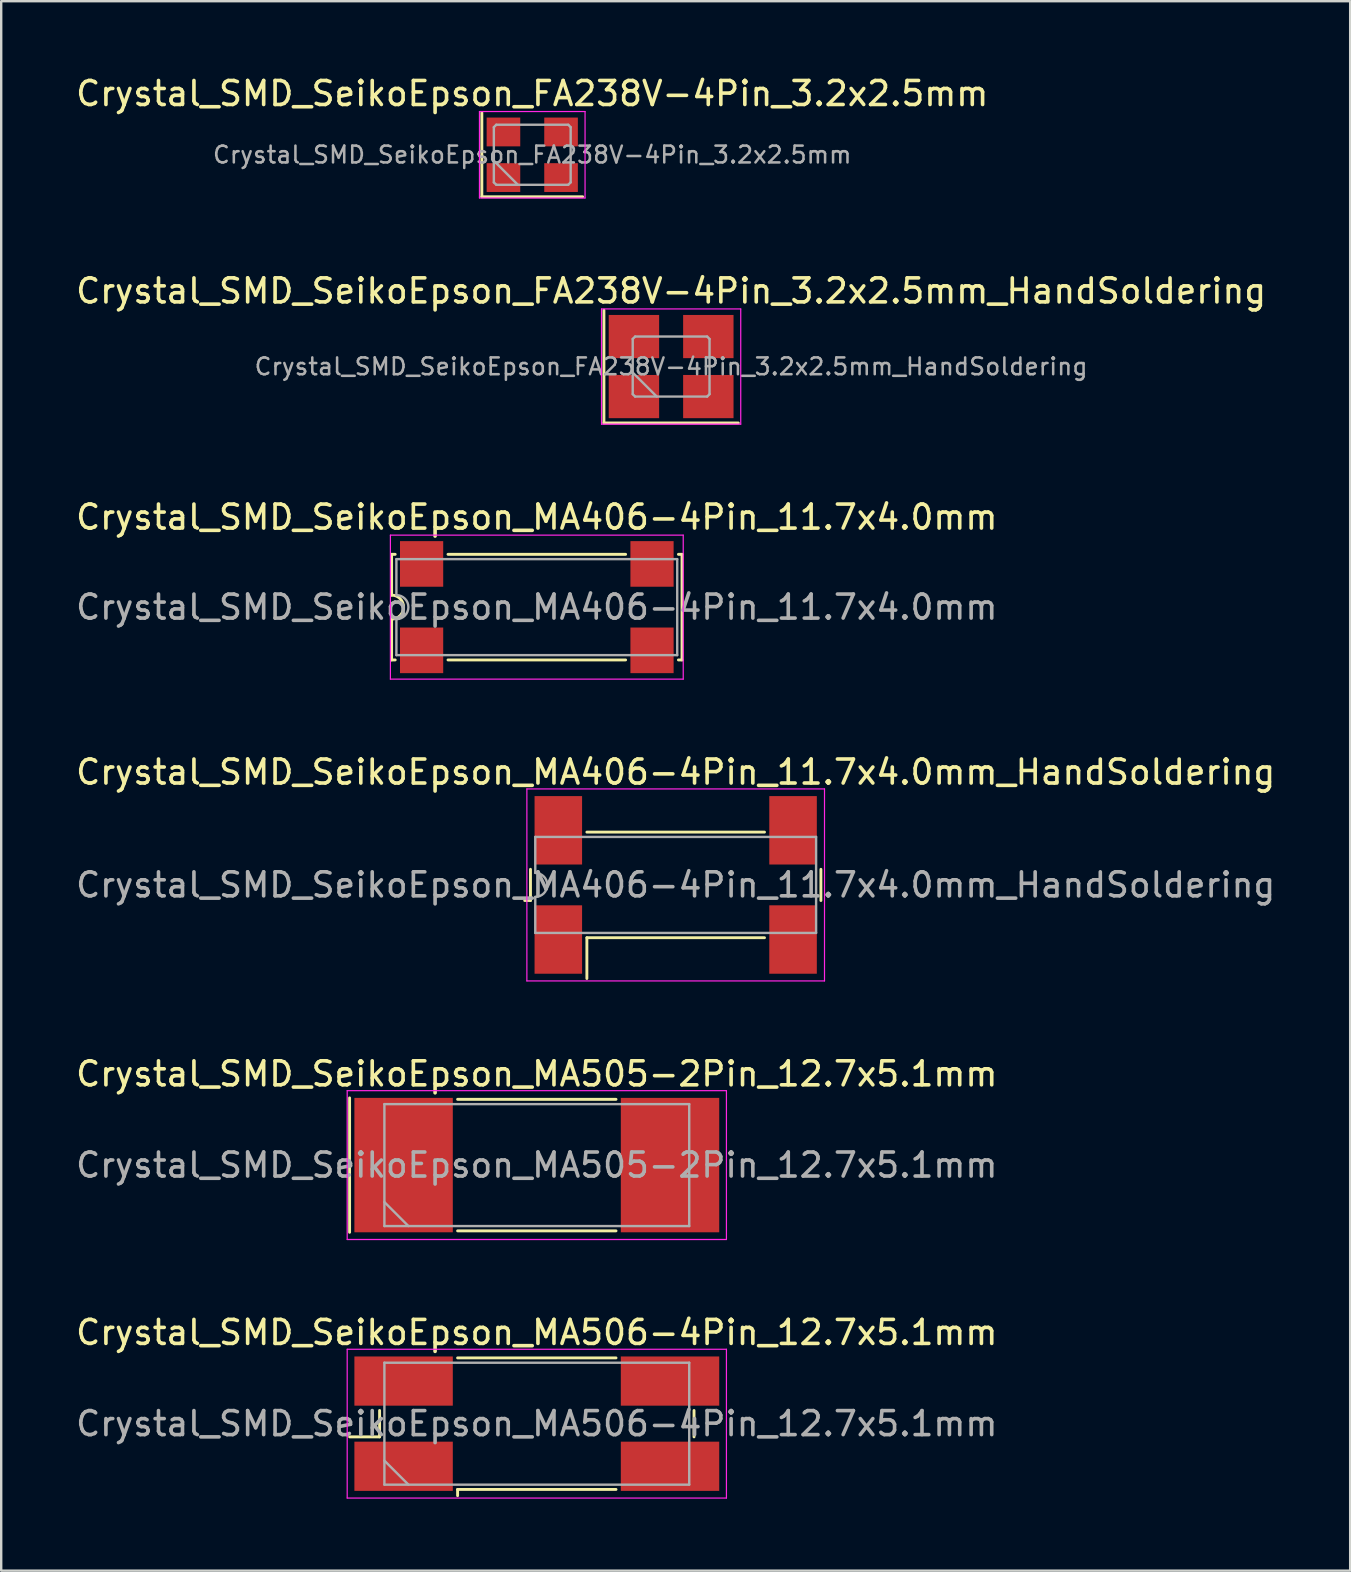
<source format=kicad_pcb>
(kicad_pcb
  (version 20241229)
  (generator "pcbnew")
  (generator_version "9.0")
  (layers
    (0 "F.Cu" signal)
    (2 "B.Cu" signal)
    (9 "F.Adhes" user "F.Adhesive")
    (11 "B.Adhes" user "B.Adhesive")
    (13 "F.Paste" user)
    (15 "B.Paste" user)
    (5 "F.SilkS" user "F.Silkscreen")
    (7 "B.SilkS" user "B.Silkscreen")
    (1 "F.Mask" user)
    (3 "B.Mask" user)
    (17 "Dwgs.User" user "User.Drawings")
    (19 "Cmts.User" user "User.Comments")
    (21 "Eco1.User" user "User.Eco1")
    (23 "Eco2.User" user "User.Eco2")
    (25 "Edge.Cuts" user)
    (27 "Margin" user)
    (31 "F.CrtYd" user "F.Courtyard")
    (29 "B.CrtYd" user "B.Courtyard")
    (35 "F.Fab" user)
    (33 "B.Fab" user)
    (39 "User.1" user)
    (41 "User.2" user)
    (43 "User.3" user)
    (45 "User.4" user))
  (footprint "Crystal_SMD_SeikoEpson_MA406-4Pin_11.7x4.0mm_HandSoldering"
    (layer "F.Cu")
    (at 25.101 33.818)
    (property "Reference" "Crystal_SMD_SeikoEpson_MA406-4Pin_11.7x4.0mm_HandSoldering" (at 0 -4.7 0) (layer "F.SilkS") (effects (font (size 1 1) (thickness 0.15))))
    (attr smd)
    (fp_line (start -6.29 0.65) (end -6.05 0.65) (stroke (width 0.12) (type solid)) (layer "F.SilkS"))
    (fp_line (start -6.05 0.65) (end -6.05 -0.65) (stroke (width 0.12) (type solid)) (layer "F.SilkS"))
    (fp_line (start -3.7 -2.2) (end 3.7 -2.2) (stroke (width 0.12) (type solid)) (layer "F.SilkS"))
    (fp_line (start -3.7 2.2) (end -3.7 3.9) (stroke (width 0.12) (type solid)) (layer "F.SilkS"))
    (fp_line (start 3.7 2.2) (end -3.7 2.2) (stroke (width 0.12) (type solid)) (layer "F.SilkS"))
    (fp_line (start 6.05 -0.65) (end 6.05 0.65) (stroke (width 0.12) (type solid)) (layer "F.SilkS"))
    (fp_line (start -6.2 -4) (end -6.2 4) (stroke (width 0.05) (type solid)) (layer "F.CrtYd"))
    (fp_line (start -6.2 4) (end 6.2 4) (stroke (width 0.05) (type solid)) (layer "F.CrtYd"))
    (fp_line (start 6.2 -4) (end -6.2 -4) (stroke (width 0.05) (type solid)) (layer "F.CrtYd"))
    (fp_line (start 6.2 4) (end 6.2 -4) (stroke (width 0.05) (type solid)) (layer "F.CrtYd"))
    (fp_line (start -5.85 -2) (end 5.85 -2) (stroke (width 0.1) (type solid)) (layer "F.Fab"))
    (fp_line (start -5.85 -0.5) (end -5.85 -2) (stroke (width 0.1) (type solid)) (layer "F.Fab"))
    (fp_line (start -5.85 2) (end -5.85 0.5) (stroke (width 0.1) (type solid)) (layer "F.Fab"))
    (fp_line (start 5.85 -2) (end 5.85 2) (stroke (width 0.1) (type solid)) (layer "F.Fab"))
    (fp_line (start 5.85 2) (end -5.85 2) (stroke (width 0.1) (type solid)) (layer "F.Fab"))
    (fp_arc (start -5.85 -0.5) (mid -5.35 0) (end -5.85 0.5) (stroke (width 0.1) (type solid)) (layer "F.Fab"))
    (fp_text user "${REFERENCE}" (at 0 0 0) (layer "F.Fab") (effects (font (size 1 1) (thickness 0.15))))
    (pad "1" smd rect (at -4.89 2.275) (size 1.98 2.85) (layers "F.Cu" "F.Mask" "F.Paste"))
    (pad "2" smd rect (at 4.89 2.275) (size 1.98 2.85) (layers "F.Cu" "F.Mask" "F.Paste"))
    (pad "3" smd rect (at 4.89 -2.275) (size 1.98 2.85) (layers "F.Cu" "F.Mask" "F.Paste"))
    (pad "4" smd rect (at -4.89 -2.275) (size 1.98 2.85) (layers "F.Cu" "F.Mask" "F.Paste")))
  (footprint "Crystal_SMD_SeikoEpson_MA506-4Pin_12.7x5.1mm"
    (layer "F.Cu")
    (at 19.315 56.264)
    (property "Reference" "Crystal_SMD_SeikoEpson_MA506-4Pin_12.7x5.1mm" (at 0 -3.8 0) (layer "F.SilkS") (effects (font (size 1 1) (thickness 0.15))))
    (attr smd)
    (fp_line (start -7.8 0.55) (end -6.55 0.55) (stroke (width 0.12) (type solid)) (layer "F.SilkS"))
    (fp_line (start -6.55 0.55) (end -6.55 -0.55) (stroke (width 0.12) (type solid)) (layer "F.SilkS"))
    (fp_line (start -3.3 -2.74) (end 3.3 -2.74) (stroke (width 0.12) (type solid)) (layer "F.SilkS"))
    (fp_line (start -3.3 2.74) (end -3.3 3) (stroke (width 0.12) (type solid)) (layer "F.SilkS"))
    (fp_line (start 3.3 2.74) (end -3.3 2.74) (stroke (width 0.12) (type solid)) (layer "F.SilkS"))
    (fp_line (start 6.55 -0.55) (end 6.55 0.55) (stroke (width 0.12) (type solid)) (layer "F.SilkS"))
    (fp_line (start -7.9 -3.1) (end -7.9 3.1) (stroke (width 0.05) (type solid)) (layer "F.CrtYd"))
    (fp_line (start -7.9 3.1) (end 7.9 3.1) (stroke (width 0.05) (type solid)) (layer "F.CrtYd"))
    (fp_line (start 7.9 -3.1) (end -7.9 -3.1) (stroke (width 0.05) (type solid)) (layer "F.CrtYd"))
    (fp_line (start 7.9 3.1) (end 7.9 -3.1) (stroke (width 0.05) (type solid)) (layer "F.CrtYd"))
    (fp_line (start -6.35 -2.54) (end -6.35 2.54) (stroke (width 0.1) (type solid)) (layer "F.Fab"))
    (fp_line (start -6.35 1.54) (end -5.35 2.54) (stroke (width 0.1) (type solid)) (layer "F.Fab"))
    (fp_line (start -6.35 2.54) (end 6.35 2.54) (stroke (width 0.1) (type solid)) (layer "F.Fab"))
    (fp_line (start 6.35 -2.54) (end -6.35 -2.54) (stroke (width 0.1) (type solid)) (layer "F.Fab"))
    (fp_line (start 6.35 2.54) (end 6.35 -2.54) (stroke (width 0.1) (type solid)) (layer "F.Fab"))
    (fp_text user "${REFERENCE}" (at 0 0 0) (layer "F.Fab") (effects (font (size 1 1) (thickness 0.15))))
    (pad "1" smd rect (at -5.55 1.775) (size 4.1 2.05) (layers "F.Cu" "F.Mask" "F.Paste"))
    (pad "2" smd rect (at 5.55 1.775) (size 4.1 2.05) (layers "F.Cu" "F.Mask" "F.Paste"))
    (pad "3" smd rect (at 5.55 -1.775) (size 4.1 2.05) (layers "F.Cu" "F.Mask" "F.Paste"))
    (pad "4" smd rect (at -5.55 -1.775) (size 4.1 2.05) (layers "F.Cu" "F.Mask" "F.Paste")))
  (footprint "Crystal_SMD_SeikoEpson_FA238V-4Pin_3.2x2.5mm_HandSoldering"
    (layer "F.Cu")
    (at 24.911 12.222)
    (property "Reference" "Crystal_SMD_SeikoEpson_FA238V-4Pin_3.2x2.5mm_HandSoldering" (at 0 -3.15 0) (layer "F.SilkS") (effects (font (size 1 1) (thickness 0.15))))
    (attr smd)
    (fp_line (start -2.8 -2.35) (end -2.8 2.35) (stroke (width 0.12) (type solid)) (layer "F.SilkS"))
    (fp_line (start -2.8 2.35) (end 2.8 2.35) (stroke (width 0.12) (type solid)) (layer "F.SilkS"))
    (fp_line (start -2.9 -2.4) (end -2.9 2.4) (stroke (width 0.05) (type solid)) (layer "F.CrtYd"))
    (fp_line (start -2.9 2.4) (end 2.9 2.4) (stroke (width 0.05) (type solid)) (layer "F.CrtYd"))
    (fp_line (start 2.9 -2.4) (end -2.9 -2.4) (stroke (width 0.05) (type solid)) (layer "F.CrtYd"))
    (fp_line (start 2.9 2.4) (end 2.9 -2.4) (stroke (width 0.05) (type solid)) (layer "F.CrtYd"))
    (fp_line (start -1.6 -1.15) (end -1.5 -1.25) (stroke (width 0.1) (type solid)) (layer "F.Fab"))
    (fp_line (start -1.6 0.25) (end -0.6 1.25) (stroke (width 0.1) (type solid)) (layer "F.Fab"))
    (fp_line (start -1.6 1.15) (end -1.6 -1.15) (stroke (width 0.1) (type solid)) (layer "F.Fab"))
    (fp_line (start -1.5 -1.25) (end 1.5 -1.25) (stroke (width 0.1) (type solid)) (layer "F.Fab"))
    (fp_line (start -1.5 1.25) (end -1.6 1.15) (stroke (width 0.1) (type solid)) (layer "F.Fab"))
    (fp_line (start 1.5 -1.25) (end 1.6 -1.15) (stroke (width 0.1) (type solid)) (layer "F.Fab"))
    (fp_line (start 1.5 1.25) (end -1.5 1.25) (stroke (width 0.1) (type solid)) (layer "F.Fab"))
    (fp_line (start 1.6 -1.15) (end 1.6 1.15) (stroke (width 0.1) (type solid)) (layer "F.Fab"))
    (fp_line (start 1.6 1.15) (end 1.5 1.25) (stroke (width 0.1) (type solid)) (layer "F.Fab"))
    (fp_text user "${REFERENCE}" (at 0 0 0) (layer "F.Fab") (effects (font (size 0.7 0.7) (thickness 0.105))))
    (pad "1" smd rect (at -1.55 1.25) (size 2.1 1.8) (layers "F.Cu" "F.Mask" "F.Paste"))
    (pad "2" smd rect (at 1.55 1.25) (size 2.1 1.8) (layers "F.Cu" "F.Mask" "F.Paste"))
    (pad "3" smd rect (at 1.55 -1.25) (size 2.1 1.8) (layers "F.Cu" "F.Mask" "F.Paste"))
    (pad "4" smd rect (at -1.55 -1.25) (size 2.1 1.8) (layers "F.Cu" "F.Mask" "F.Paste")))
  (footprint "Crystal_SMD_SeikoEpson_MA406-4Pin_11.7x4.0mm"
    (layer "F.Cu")
    (at 19.315 22.245)
    (property "Reference" "Crystal_SMD_SeikoEpson_MA406-4Pin_11.7x4.0mm" (at 0 -3.75 0) (layer "F.SilkS") (effects (font (size 1 1) (thickness 0.15))))
    (attr smd)
    (fp_line (start -6.05 -2.2) (end -5.9 -2.2) (stroke (width 0.12) (type solid)) (layer "F.SilkS"))
    (fp_line (start -6.05 -0.5) (end -6.05 -2.2) (stroke (width 0.12) (type solid)) (layer "F.SilkS"))
    (fp_line (start -6.05 2.2) (end -6.05 0.5) (stroke (width 0.12) (type solid)) (layer "F.SilkS"))
    (fp_line (start -6.05 2.2) (end -5.9 2.2) (stroke (width 0.12) (type solid)) (layer "F.SilkS"))
    (fp_line (start -3.7 -2.2) (end 3.7 -2.2) (stroke (width 0.12) (type solid)) (layer "F.SilkS"))
    (fp_line (start 3.7 2.2) (end -3.7 2.2) (stroke (width 0.12) (type solid)) (layer "F.SilkS"))
    (fp_line (start 5.9 -2.2) (end 6.05 -2.2) (stroke (width 0.12) (type solid)) (layer "F.SilkS"))
    (fp_line (start 6.05 -2.2) (end 6.05 2.2) (stroke (width 0.12) (type solid)) (layer "F.SilkS"))
    (fp_line (start 6.05 2.2) (end 5.9 2.2) (stroke (width 0.12) (type solid)) (layer "F.SilkS"))
    (fp_arc (start -6.05 -0.5) (mid -5.55 0) (end -6.05 0.5) (stroke (width 0.12) (type solid)) (layer "F.SilkS"))
    (fp_line (start -6.1 -3) (end -6.1 3) (stroke (width 0.05) (type solid)) (layer "F.CrtYd"))
    (fp_line (start -6.1 3) (end 6.1 3) (stroke (width 0.05) (type solid)) (layer "F.CrtYd"))
    (fp_line (start 6.1 -3) (end -6.1 -3) (stroke (width 0.05) (type solid)) (layer "F.CrtYd"))
    (fp_line (start 6.1 3) (end 6.1 -3) (stroke (width 0.05) (type solid)) (layer "F.CrtYd"))
    (fp_line (start -5.85 -2) (end 5.85 -2) (stroke (width 0.1) (type solid)) (layer "F.Fab"))
    (fp_line (start -5.85 -0.5) (end -5.85 -2) (stroke (width 0.1) (type solid)) (layer "F.Fab"))
    (fp_line (start -5.85 2) (end -5.85 0.5) (stroke (width 0.1) (type solid)) (layer "F.Fab"))
    (fp_line (start 5.85 -2) (end 5.85 2) (stroke (width 0.1) (type solid)) (layer "F.Fab"))
    (fp_line (start 5.85 2) (end -5.85 2) (stroke (width 0.1) (type solid)) (layer "F.Fab"))
    (fp_arc (start -5.85 -0.5) (mid -5.35 0) (end -5.85 0.5) (stroke (width 0.1) (type solid)) (layer "F.Fab"))
    (fp_text user "${REFERENCE}" (at 0 0 0) (layer "F.Fab") (effects (font (size 1 1) (thickness 0.15))))
    (pad "1" smd rect (at -4.8 1.8) (size 1.8 1.9) (layers "F.Cu" "F.Mask" "F.Paste"))
    (pad "2" smd rect (at 4.8 1.8) (size 1.8 1.9) (layers "F.Cu" "F.Mask" "F.Paste"))
    (pad "3" smd rect (at 4.8 -1.8) (size 1.8 1.9) (layers "F.Cu" "F.Mask" "F.Paste"))
    (pad "4" smd rect (at -4.8 -1.8) (size 1.8 1.9) (layers "F.Cu" "F.Mask" "F.Paste")))
  (footprint "Crystal_SMD_SeikoEpson_FA238V-4Pin_3.2x2.5mm"
    (layer "F.Cu")
    (at 19.125 3.398)
    (property "Reference" "Crystal_SMD_SeikoEpson_FA238V-4Pin_3.2x2.5mm" (at 0 -2.55 0) (layer "F.SilkS") (effects (font (size 1 1) (thickness 0.15))))
    (attr smd)
    (fp_line (start -2.1 -1.75) (end -2.1 1.75) (stroke (width 0.12) (type solid)) (layer "F.SilkS"))
    (fp_line (start -2.1 1.75) (end 2.1 1.75) (stroke (width 0.12) (type solid)) (layer "F.SilkS"))
    (fp_line (start -2.2 -1.8) (end -2.2 1.8) (stroke (width 0.05) (type solid)) (layer "F.CrtYd"))
    (fp_line (start -2.2 1.8) (end 2.2 1.8) (stroke (width 0.05) (type solid)) (layer "F.CrtYd"))
    (fp_line (start 2.2 -1.8) (end -2.2 -1.8) (stroke (width 0.05) (type solid)) (layer "F.CrtYd"))
    (fp_line (start 2.2 1.8) (end 2.2 -1.8) (stroke (width 0.05) (type solid)) (layer "F.CrtYd"))
    (fp_line (start -1.6 -1.15) (end -1.5 -1.25) (stroke (width 0.1) (type solid)) (layer "F.Fab"))
    (fp_line (start -1.6 0.25) (end -0.6 1.25) (stroke (width 0.1) (type solid)) (layer "F.Fab"))
    (fp_line (start -1.6 1.15) (end -1.6 -1.15) (stroke (width 0.1) (type solid)) (layer "F.Fab"))
    (fp_line (start -1.5 -1.25) (end 1.5 -1.25) (stroke (width 0.1) (type solid)) (layer "F.Fab"))
    (fp_line (start -1.5 1.25) (end -1.6 1.15) (stroke (width 0.1) (type solid)) (layer "F.Fab"))
    (fp_line (start 1.5 -1.25) (end 1.6 -1.15) (stroke (width 0.1) (type solid)) (layer "F.Fab"))
    (fp_line (start 1.5 1.25) (end -1.5 1.25) (stroke (width 0.1) (type solid)) (layer "F.Fab"))
    (fp_line (start 1.6 -1.15) (end 1.6 1.15) (stroke (width 0.1) (type solid)) (layer "F.Fab"))
    (fp_line (start 1.6 1.15) (end 1.5 1.25) (stroke (width 0.1) (type solid)) (layer "F.Fab"))
    (fp_text user "${REFERENCE}" (at 0 0 0) (layer "F.Fab") (effects (font (size 0.7 0.7) (thickness 0.105))))
    (pad "1" smd rect (at -1.2 0.95) (size 1.4 1.2) (layers "F.Cu" "F.Mask" "F.Paste"))
    (pad "2" smd rect (at 1.2 0.95) (size 1.4 1.2) (layers "F.Cu" "F.Mask" "F.Paste"))
    (pad "3" smd rect (at 1.2 -0.95) (size 1.4 1.2) (layers "F.Cu" "F.Mask" "F.Paste"))
    (pad "4" smd rect (at -1.2 -0.95) (size 1.4 1.2) (layers "F.Cu" "F.Mask" "F.Paste")))
  (footprint "Crystal_SMD_SeikoEpson_MA505-2Pin_12.7x5.1mm"
    (layer "F.Cu")
    (at 19.315 45.491)
    (property "Reference" "Crystal_SMD_SeikoEpson_MA505-2Pin_12.7x5.1mm" (at 0 -3.8 0) (layer "F.SilkS") (effects (font (size 1 1) (thickness 0.15))))
    (attr smd)
    (fp_line (start -7.8 -2.8) (end -7.8 2.8) (stroke (width 0.12) (type solid)) (layer "F.SilkS"))
    (fp_line (start -3.3 -2.74) (end 3.3 -2.74) (stroke (width 0.12) (type solid)) (layer "F.SilkS"))
    (fp_line (start -3.3 2.74) (end 3.3 2.74) (stroke (width 0.12) (type solid)) (layer "F.SilkS"))
    (fp_line (start -7.9 -3.1) (end -7.9 3.1) (stroke (width 0.05) (type solid)) (layer "F.CrtYd"))
    (fp_line (start -7.9 3.1) (end 7.9 3.1) (stroke (width 0.05) (type solid)) (layer "F.CrtYd"))
    (fp_line (start 7.9 -3.1) (end -7.9 -3.1) (stroke (width 0.05) (type solid)) (layer "F.CrtYd"))
    (fp_line (start 7.9 3.1) (end 7.9 -3.1) (stroke (width 0.05) (type solid)) (layer "F.CrtYd"))
    (fp_line (start -6.35 -2.54) (end -6.35 2.54) (stroke (width 0.1) (type solid)) (layer "F.Fab"))
    (fp_line (start -6.35 1.54) (end -5.35 2.54) (stroke (width 0.1) (type solid)) (layer "F.Fab"))
    (fp_line (start -6.35 2.54) (end 6.35 2.54) (stroke (width 0.1) (type solid)) (layer "F.Fab"))
    (fp_line (start 6.35 -2.54) (end -6.35 -2.54) (stroke (width 0.1) (type solid)) (layer "F.Fab"))
    (fp_line (start 6.35 2.54) (end 6.35 -2.54) (stroke (width 0.1) (type solid)) (layer "F.Fab"))
    (fp_text user "${REFERENCE}" (at 0 0 0) (layer "F.Fab") (effects (font (size 1 1) (thickness 0.15))))
    (pad "1" smd rect (at -5.55 0) (size 4.1 5.6) (layers "F.Cu" "F.Mask" "F.Paste"))
    (pad "2" smd rect (at 5.55 0) (size 4.1 5.6) (layers "F.Cu" "F.Mask" "F.Paste")))
  (gr_rect
    (start -3 -3)
    (end 53.202 62.389)
    (stroke (width 0.1) (type default))
    (fill no)
    (layer "Edge.Cuts")))
</source>
